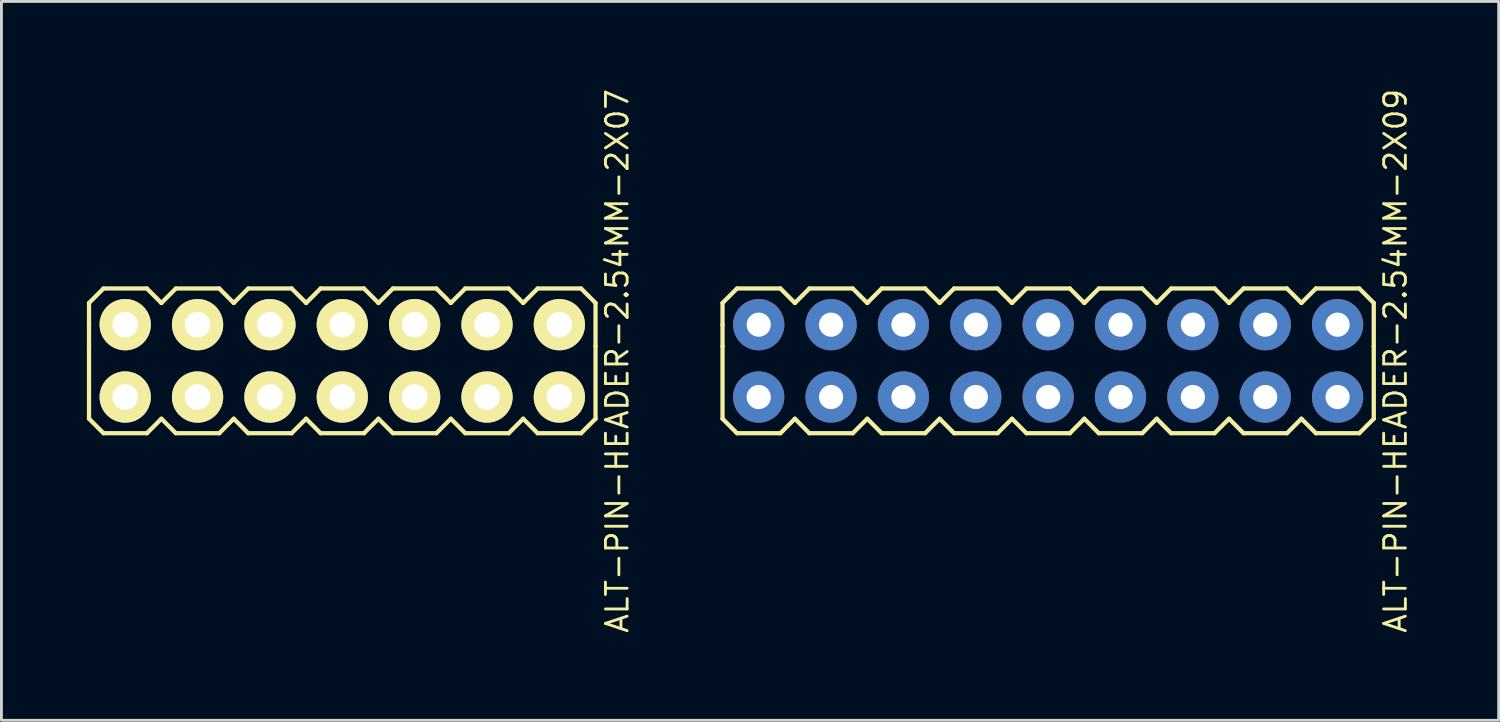
<source format=kicad_pcb>
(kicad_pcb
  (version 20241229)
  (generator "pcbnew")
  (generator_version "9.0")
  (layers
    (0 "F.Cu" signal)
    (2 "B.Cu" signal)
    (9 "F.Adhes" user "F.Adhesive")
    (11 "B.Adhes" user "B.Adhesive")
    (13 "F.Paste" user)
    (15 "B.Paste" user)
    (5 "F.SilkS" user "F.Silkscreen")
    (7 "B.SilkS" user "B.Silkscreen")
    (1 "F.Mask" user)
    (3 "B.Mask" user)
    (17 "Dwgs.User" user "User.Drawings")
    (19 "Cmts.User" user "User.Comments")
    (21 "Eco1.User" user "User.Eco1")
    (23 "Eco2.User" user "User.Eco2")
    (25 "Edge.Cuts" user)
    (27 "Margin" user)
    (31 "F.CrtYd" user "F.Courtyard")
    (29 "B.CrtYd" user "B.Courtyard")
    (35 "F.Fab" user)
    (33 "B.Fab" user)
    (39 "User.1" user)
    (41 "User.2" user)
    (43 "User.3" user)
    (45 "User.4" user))
  (footprint "ALT-PIN-HEADER-2.54MM-2X07"
    (layer "F.Cu")
    (at 8.965 9.617)
    (property "Reference" "ALT-PIN-HEADER-2.54MM-2X07" (at 9.652 0 90) (layer "F.SilkS") (effects (font (size 0.762 0.762) (thickness 0.1))))
    (attr through_hole)
    (fp_line (start -8.89 -2.032) (end -8.382 -2.54) (stroke (width 0.15) (type solid)) (layer "F.SilkS"))
    (fp_line (start -8.89 -1.27) (end -8.89 -2.032) (stroke (width 0.15) (type solid)) (layer "F.SilkS"))
    (fp_line (start -8.89 -0.508) (end -8.89 -1.27) (stroke (width 0.15) (type solid)) (layer "F.SilkS"))
    (fp_line (start -8.89 -0.508) (end -8.89 2.032) (stroke (width 0.15) (type solid)) (layer "F.SilkS"))
    (fp_line (start -8.89 2.032) (end -8.382 2.54) (stroke (width 0.15) (type solid)) (layer "F.SilkS"))
    (fp_line (start -8.382 -2.54) (end -6.858 -2.54) (stroke (width 0.15) (type solid)) (layer "F.SilkS"))
    (fp_line (start -8.382 2.54) (end -6.858 2.54) (stroke (width 0.15) (type solid)) (layer "F.SilkS"))
    (fp_line (start -6.858 -2.54) (end -6.35 -2.032) (stroke (width 0.15) (type solid)) (layer "F.SilkS"))
    (fp_line (start -6.858 2.54) (end -6.35 2.032) (stroke (width 0.15) (type solid)) (layer "F.SilkS"))
    (fp_line (start -6.35 -2.032) (end -5.842 -2.54) (stroke (width 0.15) (type solid)) (layer "F.SilkS"))
    (fp_line (start -6.35 2.032) (end -5.842 2.54) (stroke (width 0.15) (type solid)) (layer "F.SilkS"))
    (fp_line (start -5.842 -2.54) (end -4.318 -2.54) (stroke (width 0.15) (type solid)) (layer "F.SilkS"))
    (fp_line (start -5.842 2.54) (end -4.318 2.54) (stroke (width 0.15) (type solid)) (layer "F.SilkS"))
    (fp_line (start -4.318 -2.54) (end -3.81 -2.032) (stroke (width 0.15) (type solid)) (layer "F.SilkS"))
    (fp_line (start -4.318 2.54) (end -3.81 2.032) (stroke (width 0.15) (type solid)) (layer "F.SilkS"))
    (fp_line (start -3.81 -2.032) (end -3.302 -2.54) (stroke (width 0.15) (type solid)) (layer "F.SilkS"))
    (fp_line (start -3.81 2.032) (end -3.302 2.54) (stroke (width 0.15) (type solid)) (layer "F.SilkS"))
    (fp_line (start -3.302 -2.54) (end -1.778 -2.54) (stroke (width 0.15) (type solid)) (layer "F.SilkS"))
    (fp_line (start -3.302 2.54) (end -1.778 2.54) (stroke (width 0.15) (type solid)) (layer "F.SilkS"))
    (fp_line (start -1.778 -2.54) (end -1.27 -2.032) (stroke (width 0.15) (type solid)) (layer "F.SilkS"))
    (fp_line (start -1.778 2.54) (end -1.27 2.032) (stroke (width 0.15) (type solid)) (layer "F.SilkS"))
    (fp_line (start -1.27 -2.032) (end -0.762 -2.54) (stroke (width 0.15) (type solid)) (layer "F.SilkS"))
    (fp_line (start -1.27 2.032) (end -0.762 2.54) (stroke (width 0.15) (type solid)) (layer "F.SilkS"))
    (fp_line (start -0.762 -2.54) (end 0.762 -2.54) (stroke (width 0.15) (type solid)) (layer "F.SilkS"))
    (fp_line (start -0.762 2.54) (end 0.762 2.54) (stroke (width 0.15) (type solid)) (layer "F.SilkS"))
    (fp_line (start 0.762 -2.54) (end 1.27 -2.032) (stroke (width 0.15) (type solid)) (layer "F.SilkS"))
    (fp_line (start 0.762 2.54) (end 1.27 2.032) (stroke (width 0.15) (type solid)) (layer "F.SilkS"))
    (fp_line (start 1.27 -2.032) (end 1.778 -2.54) (stroke (width 0.15) (type solid)) (layer "F.SilkS"))
    (fp_line (start 1.27 2.032) (end 1.778 2.54) (stroke (width 0.15) (type solid)) (layer "F.SilkS"))
    (fp_line (start 1.778 -2.54) (end 3.302 -2.54) (stroke (width 0.15) (type solid)) (layer "F.SilkS"))
    (fp_line (start 1.778 2.54) (end 3.302 2.54) (stroke (width 0.15) (type solid)) (layer "F.SilkS"))
    (fp_line (start 3.302 -2.54) (end 3.81 -2.032) (stroke (width 0.15) (type solid)) (layer "F.SilkS"))
    (fp_line (start 3.302 2.54) (end 3.81 2.032) (stroke (width 0.15) (type solid)) (layer "F.SilkS"))
    (fp_line (start 3.81 -2.032) (end 4.318 -2.54) (stroke (width 0.15) (type solid)) (layer "F.SilkS"))
    (fp_line (start 3.81 2.032) (end 4.318 2.54) (stroke (width 0.15) (type solid)) (layer "F.SilkS"))
    (fp_line (start 4.318 -2.54) (end 5.842 -2.54) (stroke (width 0.15) (type solid)) (layer "F.SilkS"))
    (fp_line (start 4.318 2.54) (end 5.842 2.54) (stroke (width 0.15) (type solid)) (layer "F.SilkS"))
    (fp_line (start 5.842 -2.54) (end 6.35 -2.032) (stroke (width 0.15) (type solid)) (layer "F.SilkS"))
    (fp_line (start 5.842 2.54) (end 6.35 2.032) (stroke (width 0.15) (type solid)) (layer "F.SilkS"))
    (fp_line (start 6.35 -2.032) (end 6.858 -2.54) (stroke (width 0.15) (type solid)) (layer "F.SilkS"))
    (fp_line (start 6.35 2.032) (end 6.858 2.54) (stroke (width 0.15) (type solid)) (layer "F.SilkS"))
    (fp_line (start 6.858 -2.54) (end 8.382 -2.54) (stroke (width 0.15) (type solid)) (layer "F.SilkS"))
    (fp_line (start 6.858 2.54) (end 8.382 2.54) (stroke (width 0.15) (type solid)) (layer "F.SilkS"))
    (fp_line (start 8.382 -2.54) (end 8.89 -2.032) (stroke (width 0.15) (type solid)) (layer "F.SilkS"))
    (fp_line (start 8.382 2.54) (end 8.89 2.032) (stroke (width 0.15) (type solid)) (layer "F.SilkS"))
    (fp_line (start 8.89 -2.032) (end 8.89 -0.508) (stroke (width 0.15) (type solid)) (layer "F.SilkS"))
    (fp_line (start 8.89 2.032) (end 8.89 -0.508) (stroke (width 0.15) (type solid)) (layer "F.SilkS"))
    (pad "1" thru_hole circle (at -7.62 1.27) (size 1.8 1.8) (drill 0.9) (layers "*.Cu" "*.Mask" "F.SilkS"))
    (pad "2" thru_hole circle (at -7.62 -1.27) (size 1.8 1.8) (drill 0.9) (layers "*.Cu" "*.Mask" "F.SilkS"))
    (pad "3" thru_hole circle (at -5.08 1.27) (size 1.8 1.8) (drill 0.9) (layers "*.Cu" "*.Mask" "F.SilkS"))
    (pad "4" thru_hole circle (at -5.08 -1.27) (size 1.8 1.8) (drill 0.9) (layers "*.Cu" "*.Mask" "F.SilkS"))
    (pad "5" thru_hole circle (at -2.54 1.27) (size 1.8 1.8) (drill 0.9) (layers "*.Cu" "*.Mask" "F.SilkS"))
    (pad "6" thru_hole circle (at -2.54 -1.27) (size 1.8 1.8) (drill 0.9) (layers "*.Cu" "*.Mask" "F.SilkS"))
    (pad "7" thru_hole circle (at 0 1.27) (size 1.8 1.8) (drill 0.9) (layers "*.Cu" "*.Mask" "F.SilkS"))
    (pad "8" thru_hole circle (at 0 -1.27) (size 1.8 1.8) (drill 0.9) (layers "*.Cu" "*.Mask" "F.SilkS"))
    (pad "9" thru_hole circle (at 2.54 1.27) (size 1.8 1.8) (drill 0.9) (layers "*.Cu" "*.Mask" "F.SilkS"))
    (pad "10" thru_hole circle (at 2.54 -1.27) (size 1.8 1.8) (drill 0.9) (layers "*.Cu" "*.Mask" "F.SilkS"))
    (pad "11" thru_hole circle (at 5.08 1.27) (size 1.8 1.8) (drill 0.9) (layers "*.Cu" "*.Mask" "F.SilkS"))
    (pad "12" thru_hole circle (at 5.08 -1.27) (size 1.8 1.8) (drill 0.9) (layers "*.Cu" "*.Mask" "F.SilkS"))
    (pad "13" thru_hole circle (at 7.62 1.27) (size 1.8 1.8) (drill 0.9) (layers "*.Cu" "*.Mask" "F.SilkS"))
    (pad "14" thru_hole circle (at 7.62 -1.27) (size 1.8 1.8) (drill 0.9) (layers "*.Cu" "*.Mask" "F.SilkS")))
  (footprint "ALT-PIN-HEADER-2.54MM-2X09"
    (layer "F.Cu")
    (at 33.743 9.617)
    (property "Reference" "ALT-PIN-HEADER-2.54MM-2X09" (at 12.192 0 90) (layer "F.SilkS") (effects (font (size 0.762 0.762) (thickness 0.1))))
    (attr through_hole)
    (fp_line (start -11.43 -2.032) (end -10.922 -2.54) (stroke (width 0.15) (type solid)) (layer "F.SilkS"))
    (fp_line (start -11.43 -1.27) (end -11.43 -2.032) (stroke (width 0.15) (type solid)) (layer "F.SilkS"))
    (fp_line (start -11.43 -0.508) (end -11.43 -1.27) (stroke (width 0.15) (type solid)) (layer "F.SilkS"))
    (fp_line (start -11.43 -0.508) (end -11.43 2.032) (stroke (width 0.15) (type solid)) (layer "F.SilkS"))
    (fp_line (start -11.43 2.032) (end -10.922 2.54) (stroke (width 0.15) (type solid)) (layer "F.SilkS"))
    (fp_line (start -10.922 -2.54) (end -9.398 -2.54) (stroke (width 0.15) (type solid)) (layer "F.SilkS"))
    (fp_line (start -10.922 2.54) (end -9.398 2.54) (stroke (width 0.15) (type solid)) (layer "F.SilkS"))
    (fp_line (start -9.398 -2.54) (end -8.89 -2.032) (stroke (width 0.15) (type solid)) (layer "F.SilkS"))
    (fp_line (start -9.398 2.54) (end -8.89 2.032) (stroke (width 0.15) (type solid)) (layer "F.SilkS"))
    (fp_line (start -8.89 -2.032) (end -8.382 -2.54) (stroke (width 0.15) (type solid)) (layer "F.SilkS"))
    (fp_line (start -8.89 2.032) (end -8.382 2.54) (stroke (width 0.15) (type solid)) (layer "F.SilkS"))
    (fp_line (start -8.382 -2.54) (end -6.858 -2.54) (stroke (width 0.15) (type solid)) (layer "F.SilkS"))
    (fp_line (start -8.382 2.54) (end -6.858 2.54) (stroke (width 0.15) (type solid)) (layer "F.SilkS"))
    (fp_line (start -6.858 -2.54) (end -6.35 -2.032) (stroke (width 0.15) (type solid)) (layer "F.SilkS"))
    (fp_line (start -6.858 2.54) (end -6.35 2.032) (stroke (width 0.15) (type solid)) (layer "F.SilkS"))
    (fp_line (start -6.35 -2.032) (end -5.842 -2.54) (stroke (width 0.15) (type solid)) (layer "F.SilkS"))
    (fp_line (start -6.35 2.032) (end -5.842 2.54) (stroke (width 0.15) (type solid)) (layer "F.SilkS"))
    (fp_line (start -5.842 -2.54) (end -4.318 -2.54) (stroke (width 0.15) (type solid)) (layer "F.SilkS"))
    (fp_line (start -5.842 2.54) (end -4.318 2.54) (stroke (width 0.15) (type solid)) (layer "F.SilkS"))
    (fp_line (start -4.318 -2.54) (end -3.81 -2.032) (stroke (width 0.15) (type solid)) (layer "F.SilkS"))
    (fp_line (start -4.318 2.54) (end -3.81 2.032) (stroke (width 0.15) (type solid)) (layer "F.SilkS"))
    (fp_line (start -3.81 -2.032) (end -3.302 -2.54) (stroke (width 0.15) (type solid)) (layer "F.SilkS"))
    (fp_line (start -3.81 2.032) (end -3.302 2.54) (stroke (width 0.15) (type solid)) (layer "F.SilkS"))
    (fp_line (start -3.302 -2.54) (end -1.778 -2.54) (stroke (width 0.15) (type solid)) (layer "F.SilkS"))
    (fp_line (start -3.302 2.54) (end -1.778 2.54) (stroke (width 0.15) (type solid)) (layer "F.SilkS"))
    (fp_line (start -1.778 -2.54) (end -1.27 -2.032) (stroke (width 0.15) (type solid)) (layer "F.SilkS"))
    (fp_line (start -1.778 2.54) (end -1.27 2.032) (stroke (width 0.15) (type solid)) (layer "F.SilkS"))
    (fp_line (start -1.27 -2.032) (end -0.762 -2.54) (stroke (width 0.15) (type solid)) (layer "F.SilkS"))
    (fp_line (start -1.27 2.032) (end -0.762 2.54) (stroke (width 0.15) (type solid)) (layer "F.SilkS"))
    (fp_line (start -0.762 -2.54) (end 0.762 -2.54) (stroke (width 0.15) (type solid)) (layer "F.SilkS"))
    (fp_line (start -0.762 2.54) (end 0.762 2.54) (stroke (width 0.15) (type solid)) (layer "F.SilkS"))
    (fp_line (start 0.762 -2.54) (end 1.27 -2.032) (stroke (width 0.15) (type solid)) (layer "F.SilkS"))
    (fp_line (start 0.762 2.54) (end 1.27 2.032) (stroke (width 0.15) (type solid)) (layer "F.SilkS"))
    (fp_line (start 1.27 -2.032) (end 1.778 -2.54) (stroke (width 0.15) (type solid)) (layer "F.SilkS"))
    (fp_line (start 1.27 2.032) (end 1.778 2.54) (stroke (width 0.15) (type solid)) (layer "F.SilkS"))
    (fp_line (start 1.778 -2.54) (end 3.302 -2.54) (stroke (width 0.15) (type solid)) (layer "F.SilkS"))
    (fp_line (start 1.778 2.54) (end 3.302 2.54) (stroke (width 0.15) (type solid)) (layer "F.SilkS"))
    (fp_line (start 3.302 -2.54) (end 3.81 -2.032) (stroke (width 0.15) (type solid)) (layer "F.SilkS"))
    (fp_line (start 3.302 2.54) (end 3.81 2.032) (stroke (width 0.15) (type solid)) (layer "F.SilkS"))
    (fp_line (start 3.81 -2.032) (end 4.318 -2.54) (stroke (width 0.15) (type solid)) (layer "F.SilkS"))
    (fp_line (start 3.81 2.032) (end 4.318 2.54) (stroke (width 0.15) (type solid)) (layer "F.SilkS"))
    (fp_line (start 4.318 -2.54) (end 5.842 -2.54) (stroke (width 0.15) (type solid)) (layer "F.SilkS"))
    (fp_line (start 4.318 2.54) (end 5.842 2.54) (stroke (width 0.15) (type solid)) (layer "F.SilkS"))
    (fp_line (start 5.842 -2.54) (end 6.35 -2.032) (stroke (width 0.15) (type solid)) (layer "F.SilkS"))
    (fp_line (start 5.842 2.54) (end 6.35 2.032) (stroke (width 0.15) (type solid)) (layer "F.SilkS"))
    (fp_line (start 6.35 -2.032) (end 6.858 -2.54) (stroke (width 0.15) (type solid)) (layer "F.SilkS"))
    (fp_line (start 6.35 2.032) (end 6.858 2.54) (stroke (width 0.15) (type solid)) (layer "F.SilkS"))
    (fp_line (start 6.858 -2.54) (end 8.382 -2.54) (stroke (width 0.15) (type solid)) (layer "F.SilkS"))
    (fp_line (start 6.858 2.54) (end 8.382 2.54) (stroke (width 0.15) (type solid)) (layer "F.SilkS"))
    (fp_line (start 8.382 -2.54) (end 8.89 -2.032) (stroke (width 0.15) (type solid)) (layer "F.SilkS"))
    (fp_line (start 8.382 2.54) (end 8.89 2.032) (stroke (width 0.15) (type solid)) (layer "F.SilkS"))
    (fp_line (start 8.89 -2.032) (end 9.398 -2.54) (stroke (width 0.15) (type solid)) (layer "F.SilkS"))
    (fp_line (start 8.89 2.032) (end 9.398 2.54) (stroke (width 0.15) (type solid)) (layer "F.SilkS"))
    (fp_line (start 9.398 -2.54) (end 10.922 -2.54) (stroke (width 0.15) (type solid)) (layer "F.SilkS"))
    (fp_line (start 9.398 2.54) (end 10.922 2.54) (stroke (width 0.15) (type solid)) (layer "F.SilkS"))
    (fp_line (start 10.922 -2.54) (end 11.43 -2.032) (stroke (width 0.15) (type solid)) (layer "F.SilkS"))
    (fp_line (start 10.922 2.54) (end 11.43 2.032) (stroke (width 0.15) (type solid)) (layer "F.SilkS"))
    (fp_line (start 11.43 -2.032) (end 11.43 -0.508) (stroke (width 0.15) (type solid)) (layer "F.SilkS"))
    (fp_line (start 11.43 2.032) (end 11.43 -0.508) (stroke (width 0.15) (type solid)) (layer "F.SilkS"))
    (pad "1" thru_hole circle (at -10.16 1.27) (size 1.8 1.8) (drill 0.85) (layers "*.Cu" "*.Mask"))
    (pad "2" thru_hole circle (at -10.16 -1.27) (size 1.8 1.8) (drill 0.85) (layers "*.Cu" "*.Mask"))
    (pad "3" thru_hole circle (at -7.62 1.27) (size 1.8 1.8) (drill 0.85) (layers "*.Cu" "*.Mask"))
    (pad "4" thru_hole circle (at -7.62 -1.27) (size 1.8 1.8) (drill 0.85) (layers "*.Cu" "*.Mask"))
    (pad "5" thru_hole circle (at -5.08 1.27) (size 1.8 1.8) (drill 0.85) (layers "*.Cu" "*.Mask"))
    (pad "6" thru_hole circle (at -5.08 -1.27) (size 1.8 1.8) (drill 0.85) (layers "*.Cu" "*.Mask"))
    (pad "7" thru_hole circle (at -2.54 1.27) (size 1.8 1.8) (drill 0.85) (layers "*.Cu" "*.Mask"))
    (pad "8" thru_hole circle (at -2.54 -1.27) (size 1.8 1.8) (drill 0.85) (layers "*.Cu" "*.Mask"))
    (pad "9" thru_hole circle (at 0 1.27) (size 1.8 1.8) (drill 0.85) (layers "*.Cu" "*.Mask"))
    (pad "10" thru_hole circle (at 0 -1.27) (size 1.8 1.8) (drill 0.85) (layers "*.Cu" "*.Mask"))
    (pad "11" thru_hole circle (at 2.54 1.27) (size 1.8 1.8) (drill 0.85) (layers "*.Cu" "*.Mask"))
    (pad "12" thru_hole circle (at 2.54 -1.27) (size 1.8 1.8) (drill 0.85) (layers "*.Cu" "*.Mask"))
    (pad "13" thru_hole circle (at 5.08 1.27) (size 1.8 1.8) (drill 0.85) (layers "*.Cu" "*.Mask"))
    (pad "14" thru_hole circle (at 5.08 -1.27) (size 1.8 1.8) (drill 0.85) (layers "*.Cu" "*.Mask"))
    (pad "15" thru_hole circle (at 7.62 1.27) (size 1.8 1.8) (drill 0.85) (layers "*.Cu" "*.Mask"))
    (pad "16" thru_hole circle (at 7.62 -1.27) (size 1.8 1.8) (drill 0.85) (layers "*.Cu" "*.Mask"))
    (pad "17" thru_hole circle (at 10.16 1.27) (size 1.8 1.8) (drill 0.85) (layers "*.Cu" "*.Mask"))
    (pad "18" thru_hole circle (at 10.16 -1.27) (size 1.8 1.8) (drill 0.85) (layers "*.Cu" "*.Mask")))
  (gr_rect
    (start -3 -3)
    (end 49.557 22.234)
    (stroke (width 0.1) (type default))
    (fill no)
    (layer "Edge.Cuts")))
</source>
